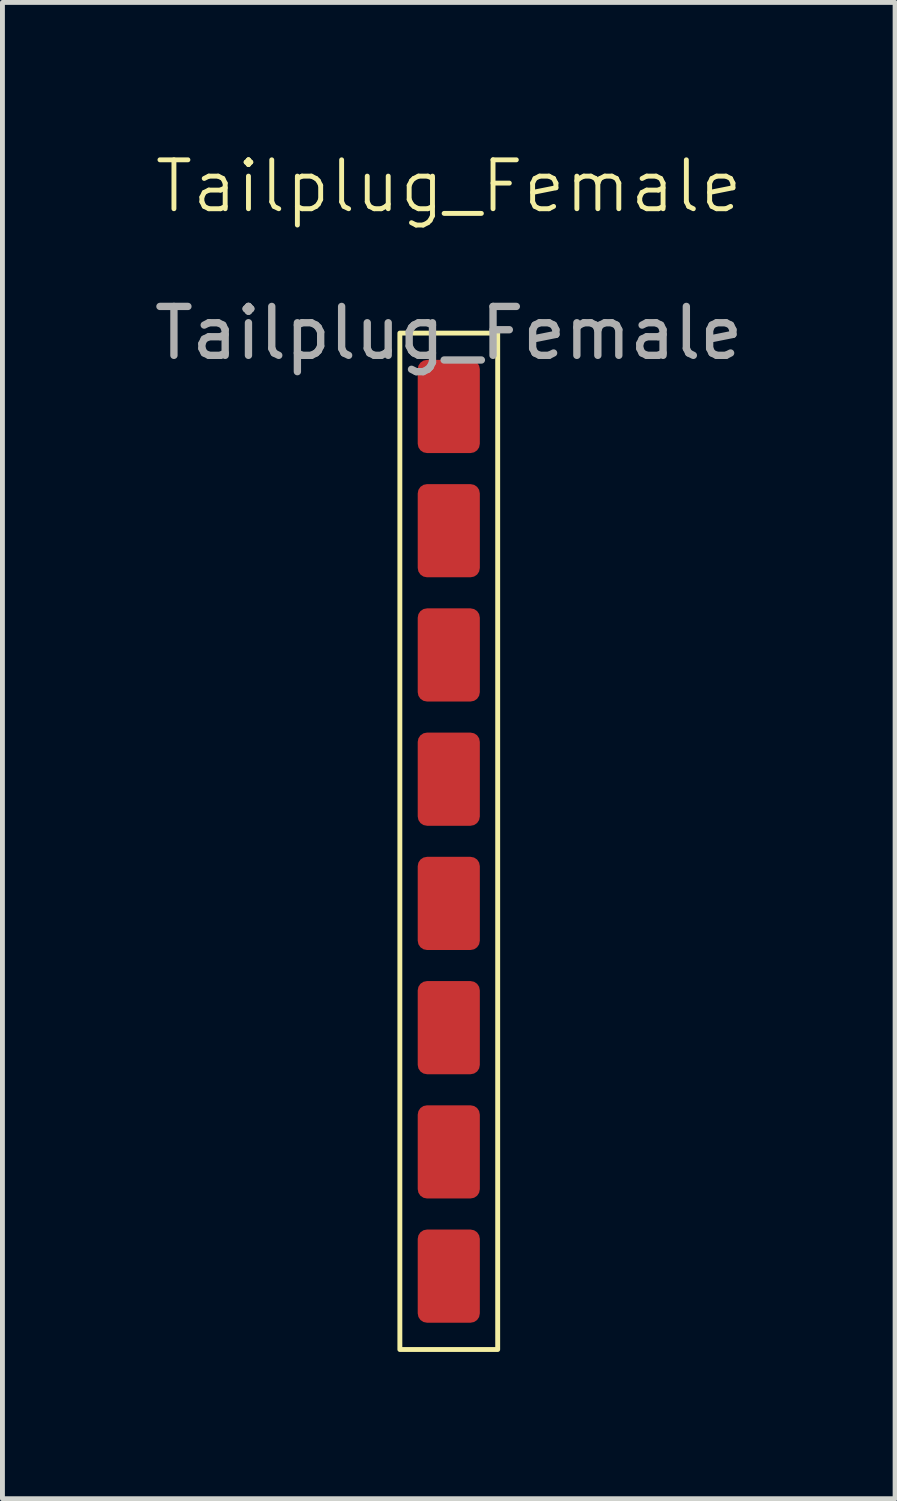
<source format=kicad_pcb>
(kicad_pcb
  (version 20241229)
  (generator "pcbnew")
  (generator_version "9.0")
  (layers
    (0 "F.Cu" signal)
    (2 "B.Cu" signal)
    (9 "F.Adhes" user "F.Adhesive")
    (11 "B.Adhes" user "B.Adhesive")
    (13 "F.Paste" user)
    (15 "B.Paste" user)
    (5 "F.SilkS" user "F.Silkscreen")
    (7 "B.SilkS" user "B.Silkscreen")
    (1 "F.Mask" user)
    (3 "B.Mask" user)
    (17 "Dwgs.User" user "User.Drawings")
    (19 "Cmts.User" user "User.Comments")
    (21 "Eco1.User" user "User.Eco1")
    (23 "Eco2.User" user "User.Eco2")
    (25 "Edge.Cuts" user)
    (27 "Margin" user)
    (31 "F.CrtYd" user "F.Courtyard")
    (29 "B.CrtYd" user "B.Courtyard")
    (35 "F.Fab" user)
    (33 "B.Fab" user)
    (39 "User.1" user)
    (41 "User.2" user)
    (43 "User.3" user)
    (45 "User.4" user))
  (footprint "Tailplug_Female"
    (layer "F.Cu")
    (at 6.125 1.26)
    (property "Reference" "Tailplug_Female" (at 0 -0.5 0) (unlocked yes) (layer "F.SilkS") (effects (font (size 1 1) (thickness 0.1))))
    (attr smd)
    (fp_rect (start -1 2.5) (end 1 23.28) (stroke (width 0.1) (type solid)) (fill no) (layer "F.SilkS"))
    (fp_text user "${REFERENCE}" (at 0 2.5 0) (unlocked yes) (layer "F.Fab") (effects (font (size 1 1) (thickness 0.15))))
    (pad "1" smd roundrect (at 0 4 90) (size 1.905 1.27) (layers "F.Cu" "F.Mask" "F.Paste") (roundrect_rratio 0.15))
    (pad "2" smd roundrect (at 0 6.54 90) (size 1.905 1.27) (layers "F.Cu" "F.Mask" "F.Paste") (roundrect_rratio 0.15))
    (pad "3" smd roundrect (at 0 9.08 90) (size 1.905 1.27) (layers "F.Cu" "F.Mask" "F.Paste") (roundrect_rratio 0.15))
    (pad "4" smd roundrect (at 0 11.62 90) (size 1.905 1.27) (layers "F.Cu" "F.Mask" "F.Paste") (roundrect_rratio 0.15))
    (pad "5" smd roundrect (at 0 14.16 90) (size 1.905 1.27) (layers "F.Cu" "F.Mask" "F.Paste") (roundrect_rratio 0.15))
    (pad "6" smd roundrect (at 0 16.7 90) (size 1.905 1.27) (layers "F.Cu" "F.Mask" "F.Paste") (roundrect_rratio 0.15))
    (pad "7" smd roundrect (at 0 19.24 90) (size 1.905 1.27) (layers "F.Cu" "F.Mask" "F.Paste") (roundrect_rratio 0.15))
    (pad "8" smd roundrect (at 0 21.78 90) (size 1.905 1.27) (layers "F.Cu" "F.Mask" "F.Paste") (roundrect_rratio 0.15)))
  (gr_rect
    (start -3 -3)
    (end 15.25 27.59)
    (stroke (width 0.1) (type default))
    (fill no)
    (layer "Edge.Cuts")))
</source>
